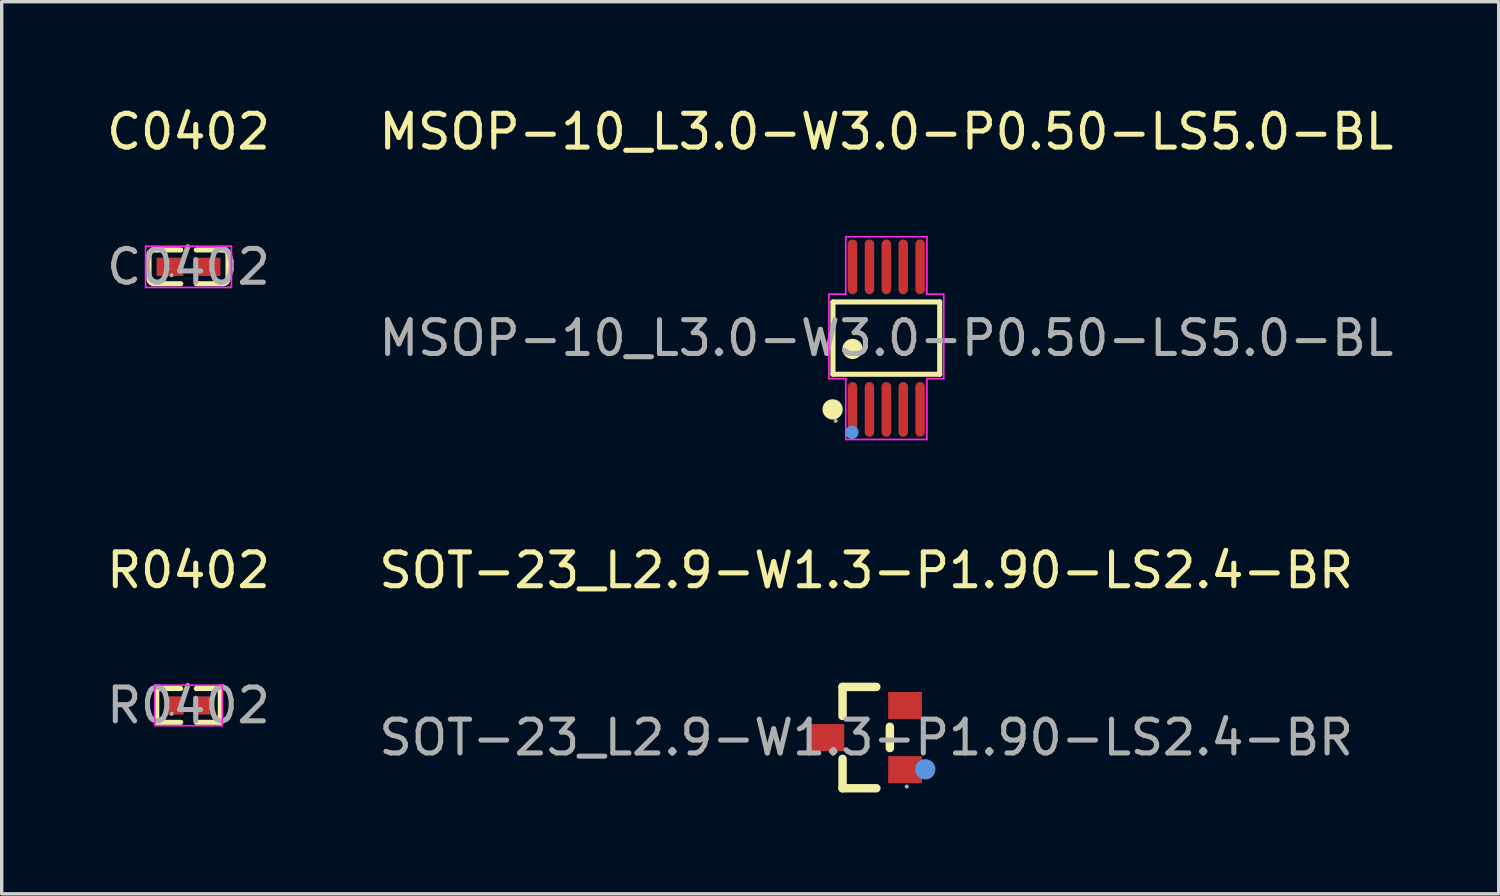
<source format=kicad_pcb>
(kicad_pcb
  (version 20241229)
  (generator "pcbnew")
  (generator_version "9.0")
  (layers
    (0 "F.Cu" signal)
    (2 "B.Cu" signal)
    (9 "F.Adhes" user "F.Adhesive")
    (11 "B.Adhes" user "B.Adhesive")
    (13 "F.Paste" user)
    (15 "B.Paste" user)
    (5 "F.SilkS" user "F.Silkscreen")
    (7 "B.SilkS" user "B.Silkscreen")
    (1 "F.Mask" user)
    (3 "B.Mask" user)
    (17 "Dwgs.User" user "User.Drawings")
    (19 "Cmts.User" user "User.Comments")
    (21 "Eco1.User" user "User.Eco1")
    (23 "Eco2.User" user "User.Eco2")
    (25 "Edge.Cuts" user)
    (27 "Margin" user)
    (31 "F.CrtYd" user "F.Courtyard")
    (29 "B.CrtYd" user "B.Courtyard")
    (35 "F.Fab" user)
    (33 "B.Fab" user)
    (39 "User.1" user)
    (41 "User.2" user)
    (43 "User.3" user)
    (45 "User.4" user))
  (footprint "R0402"
    (layer "F.Cu")
    (at 2.53 17.831)
    (property "Reference" "R0402" (at 0 -4 0) (layer "F.SilkS") (effects (font (size 1 1) (thickness 0.15))))
    (attr smd)
    (fp_line (start -0.94 -0.5) (end -0.23 -0.5) (stroke (width 0.15) (type solid)) (layer "F.SilkS"))
    (fp_line (start -0.94 0.5) (end -0.94 -0.5) (stroke (width 0.15) (type solid)) (layer "F.SilkS"))
    (fp_line (start -0.23 0.5) (end -0.94 0.5) (stroke (width 0.15) (type solid)) (layer "F.SilkS"))
    (fp_line (start 0.23 0.5) (end 0.94 0.5) (stroke (width 0.15) (type solid)) (layer "F.SilkS"))
    (fp_line (start 0.94 -0.5) (end 0.23 -0.5) (stroke (width 0.15) (type solid)) (layer "F.SilkS"))
    (fp_line (start 0.94 0.5) (end 0.94 -0.5) (stroke (width 0.15) (type solid)) (layer "F.SilkS"))
    (fp_rect (start -1 -0.6) (end 1 0.6) (stroke (width 0.05) (type default)) (fill no) (layer "F.CrtYd"))
    (fp_circle (center -0.5 0.25) (end -0.47 0.25) (stroke (width 0.06) (type solid)) (fill no) (layer "F.Fab"))
    (fp_text user "${REFERENCE}" (at 0 0 0) (layer "F.Fab") (effects (font (size 1 1) (thickness 0.15))))
    (pad "1" smd rect (at -0.43 0) (size 0.57 0.54) (layers "F.Cu" "F.Mask" "F.Paste"))
    (pad "2" smd rect (at 0.43 0) (size 0.57 0.54) (layers "F.Cu" "F.Mask" "F.Paste")))
  (footprint "C0402"
    (layer "F.Cu")
    (at 2.53 4.848)
    (property "Reference" "C0402" (at 0 -4 0) (layer "F.SilkS") (effects (font (size 1 1) (thickness 0.15))))
    (attr smd)
    (fp_line (start -1.17 0.35) (end -1.17 -0.35) (stroke (width 0.15) (type solid)) (layer "F.SilkS"))
    (fp_line (start -1.02 -0.5) (end -0.23 -0.5) (stroke (width 0.15) (type solid)) (layer "F.SilkS"))
    (fp_line (start -0.23 0.5) (end -1.02 0.5) (stroke (width 0.15) (type solid)) (layer "F.SilkS"))
    (fp_line (start 0.23 0.5) (end 1.02 0.5) (stroke (width 0.15) (type solid)) (layer "F.SilkS"))
    (fp_line (start 1.02 -0.5) (end 0.23 -0.5) (stroke (width 0.15) (type solid)) (layer "F.SilkS"))
    (fp_line (start 1.17 0.35) (end 1.17 -0.35) (stroke (width 0.15) (type solid)) (layer "F.SilkS"))
    (fp_arc (start -1.17 -0.35) (mid -1.126066 -0.456066) (end -1.02 -0.5) (stroke (width 0.15) (type solid)) (layer "F.SilkS"))
    (fp_arc (start -1.02 0.5) (mid -1.126066 0.456066) (end -1.17 0.35) (stroke (width 0.15) (type solid)) (layer "F.SilkS"))
    (fp_arc (start 1.02 -0.5) (mid 1.126066 -0.456066) (end 1.17 -0.35) (stroke (width 0.15) (type solid)) (layer "F.SilkS"))
    (fp_arc (start 1.17 0.35) (mid 1.126066 0.456066) (end 1.02 0.5) (stroke (width 0.15) (type solid)) (layer "F.SilkS"))
    (fp_line (start -1.27 -0.61) (end 1.27 -0.61) (stroke (width 0.05) (type default)) (layer "F.CrtYd"))
    (fp_line (start -1.27 0.61) (end -1.27 -0.61) (stroke (width 0.05) (type default)) (layer "F.CrtYd"))
    (fp_line (start 1.27 -0.61) (end 1.27 0.61) (stroke (width 0.05) (type default)) (layer "F.CrtYd"))
    (fp_line (start 1.27 0.61) (end -1.27 0.61) (stroke (width 0.05) (type default)) (layer "F.CrtYd"))
    (fp_circle (center -0.5 0.25) (end -0.47 0.25) (stroke (width 0.06) (type solid)) (fill no) (layer "F.Fab"))
    (fp_text user "${REFERENCE}" (at 0 0 0) (layer "F.Fab") (effects (font (size 1 1) (thickness 0.15))))
    (pad "1" smd rect (at -0.55 0) (size 0.79 0.54) (layers "F.Cu" "F.Mask" "F.Paste"))
    (pad "2" smd rect (at 0.55 0) (size 0.79 0.54) (layers "F.Cu" "F.Mask" "F.Paste")))
  (footprint "SOT-23_L2.9-W1.3-P1.90-LS2.4-BR"
    (layer "F.Cu")
    (at 22.589 18.782)
    (property "Reference" "SOT-23_L2.9-W1.3-P1.90-LS2.4-BR" (at 0 -4.95 0) (layer "F.SilkS") (effects (font (size 1 1) (thickness 0.15))))
    (attr smd)
    (fp_line (start -0.7 -1.5) (end 0.3 -1.5) (stroke (width 0.25) (type solid)) (layer "F.SilkS"))
    (fp_line (start -0.7 -0.64) (end -0.7 -1.5) (stroke (width 0.25) (type solid)) (layer "F.SilkS"))
    (fp_line (start -0.7 1.5) (end -0.7 0.63) (stroke (width 0.25) (type solid)) (layer "F.SilkS"))
    (fp_line (start -0.7 1.5) (end 0.3 1.5) (stroke (width 0.25) (type solid)) (layer "F.SilkS"))
    (fp_line (start 0.7 0.31) (end 0.7 -0.32) (stroke (width 0.25) (type solid)) (layer "F.SilkS"))
    (fp_circle (center 1.75 0.94) (end 1.9 0.94) (stroke (width 0.3) (type solid)) (fill no) (layer "Cmts.User"))
    (fp_circle (center 1.2 1.45) (end 1.23 1.45) (stroke (width 0.06) (type solid)) (fill no) (layer "F.Fab"))
    (fp_text user "${REFERENCE}" (at 0 0 0) (layer "F.Fab") (effects (font (size 1 1) (thickness 0.15))))
    (pad "1" smd rect (at 1.15 0.95 180) (size 1 0.8) (layers "F.Cu" "F.Mask" "F.Paste"))
    (pad "2" smd rect (at 1.15 -0.95 180) (size 1 0.8) (layers "F.Cu" "F.Mask" "F.Paste"))
    (pad "3" smd rect (at -1.15 0 180) (size 1 0.8) (layers "F.Cu" "F.Mask" "F.Paste")))
  (footprint "MSOP-10_L3.0-W3.0-P0.50-LS5.0-BL"
    (layer "F.Cu")
    (at 23.185 6.958)
    (property "Reference" "MSOP-10_L3.0-W3.0-P0.50-LS5.0-BL" (at 0 -6.11 0) (layer "F.SilkS") (effects (font (size 1 1) (thickness 0.15))))
    (attr smd)
    (fp_line (start -1.58 -1.07) (end 1.58 -1.07) (stroke (width 0.15) (type solid)) (layer "F.SilkS"))
    (fp_line (start -1.58 1.07) (end -1.58 -1.07) (stroke (width 0.15) (type solid)) (layer "F.SilkS"))
    (fp_line (start 1.58 -1.07) (end 1.58 1.07) (stroke (width 0.15) (type solid)) (layer "F.SilkS"))
    (fp_line (start 1.58 1.07) (end -1.58 1.07) (stroke (width 0.15) (type solid)) (layer "F.SilkS"))
    (fp_circle (center -1.59 2.11) (end -1.44 2.11) (stroke (width 0.3) (type solid)) (fill no) (layer "F.SilkS"))
    (fp_circle (center -1 0.32) (end -0.85 0.32) (stroke (width 0.3) (type solid)) (fill no) (layer "F.SilkS"))
    (fp_circle (center -1.02 2.79) (end -0.92 2.79) (stroke (width 0.2) (type solid)) (fill no) (layer "Cmts.User"))
    (fp_line (start -1.7 -1.3) (end -1.6 -1.3) (stroke (width 0.05) (type default)) (layer "F.CrtYd"))
    (fp_line (start -1.7 1.2) (end -1.7 -1.3) (stroke (width 0.05) (type default)) (layer "F.CrtYd"))
    (fp_line (start -1.6 -1.3) (end -1.2 -1.3) (stroke (width 0.05) (type default)) (layer "F.CrtYd"))
    (fp_line (start -1.2 -3) (end 1.2 -3) (stroke (width 0.05) (type default)) (layer "F.CrtYd"))
    (fp_line (start -1.2 -1.3) (end -1.2 -3) (stroke (width 0.05) (type default)) (layer "F.CrtYd"))
    (fp_line (start -1.2 1.2) (end -1.7 1.2) (stroke (width 0.05) (type default)) (layer "F.CrtYd"))
    (fp_line (start -1.2 3) (end -1.2 1.2) (stroke (width 0.05) (type default)) (layer "F.CrtYd"))
    (fp_line (start 1.2 -3) (end 1.2 -1.3) (stroke (width 0.05) (type default)) (layer "F.CrtYd"))
    (fp_line (start 1.2 -1.3) (end 1.7 -1.3) (stroke (width 0.05) (type default)) (layer "F.CrtYd"))
    (fp_line (start 1.2 1.2) (end 1.2 3) (stroke (width 0.05) (type default)) (layer "F.CrtYd"))
    (fp_line (start 1.2 3) (end -1.2 3) (stroke (width 0.05) (type default)) (layer "F.CrtYd"))
    (fp_line (start 1.7 -1.3) (end 1.7 1.2) (stroke (width 0.05) (type default)) (layer "F.CrtYd"))
    (fp_line (start 1.7 1.2) (end 1.2 1.2) (stroke (width 0.05) (type default)) (layer "F.CrtYd"))
    (fp_circle (center -1.5 2.45) (end -1.47 2.45) (stroke (width 0.06) (type solid)) (fill no) (layer "F.Fab"))
    (fp_text user "${REFERENCE}" (at 0 0 0) (layer "F.Fab") (effects (font (size 1 1) (thickness 0.15))))
    (pad "1" smd oval (at -1 2.11) (size 0.28 1.62) (layers "F.Cu" "F.Mask" "F.Paste"))
    (pad "2" smd oval (at -0.5 2.11) (size 0.28 1.62) (layers "F.Cu" "F.Mask" "F.Paste"))
    (pad "3" smd oval (at 0 2.11) (size 0.28 1.62) (layers "F.Cu" "F.Mask" "F.Paste"))
    (pad "4" smd oval (at 0.5 2.11) (size 0.28 1.62) (layers "F.Cu" "F.Mask" "F.Paste"))
    (pad "5" smd oval (at 1 2.11) (size 0.28 1.62) (layers "F.Cu" "F.Mask" "F.Paste"))
    (pad "6" smd oval (at 1 -2.11) (size 0.28 1.62) (layers "F.Cu" "F.Mask" "F.Paste"))
    (pad "7" smd oval (at 0.5 -2.11) (size 0.28 1.62) (layers "F.Cu" "F.Mask" "F.Paste"))
    (pad "8" smd oval (at 0 -2.11) (size 0.28 1.62) (layers "F.Cu" "F.Mask" "F.Paste"))
    (pad "9" smd oval (at -0.5 -2.11) (size 0.28 1.62) (layers "F.Cu" "F.Mask" "F.Paste"))
    (pad "10" smd oval (at -1 -2.11) (size 0.28 1.62) (layers "F.Cu" "F.Mask" "F.Paste")))
  (gr_rect
    (start -3 -3)
    (end 41.31 23.407)
    (stroke (width 0.1) (type default))
    (fill no)
    (layer "Edge.Cuts")))
</source>
